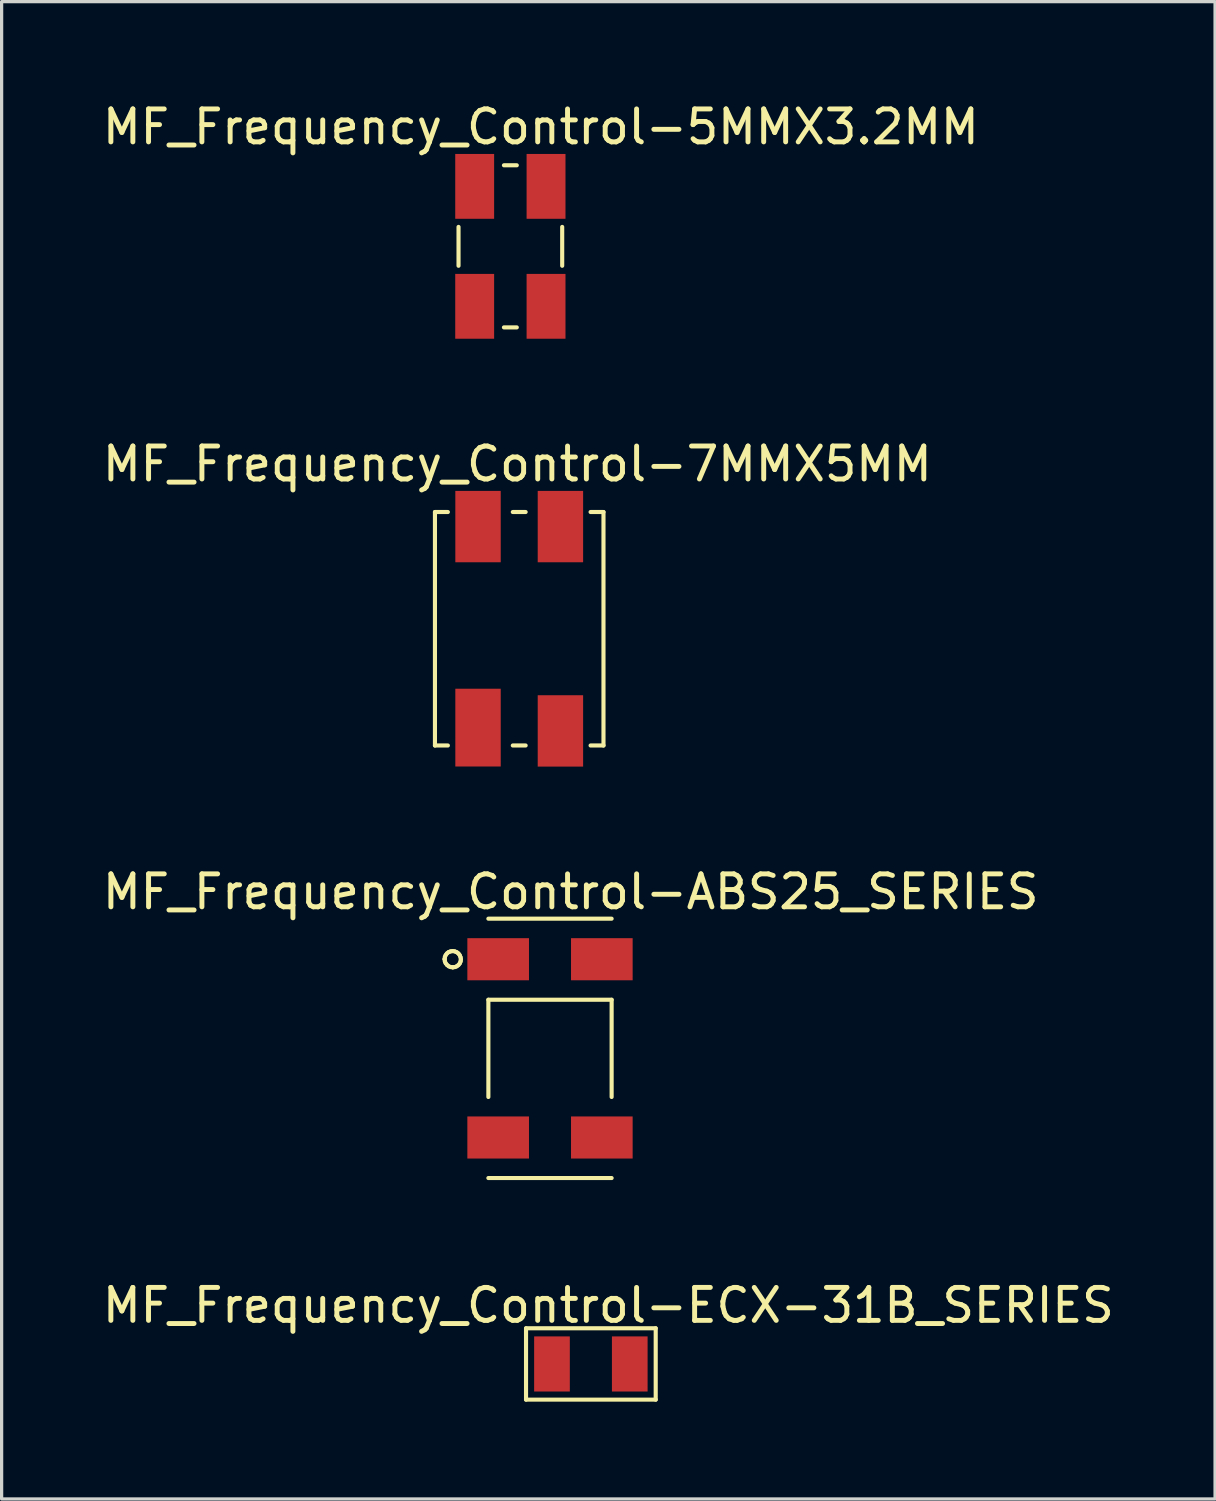
<source format=kicad_pcb>
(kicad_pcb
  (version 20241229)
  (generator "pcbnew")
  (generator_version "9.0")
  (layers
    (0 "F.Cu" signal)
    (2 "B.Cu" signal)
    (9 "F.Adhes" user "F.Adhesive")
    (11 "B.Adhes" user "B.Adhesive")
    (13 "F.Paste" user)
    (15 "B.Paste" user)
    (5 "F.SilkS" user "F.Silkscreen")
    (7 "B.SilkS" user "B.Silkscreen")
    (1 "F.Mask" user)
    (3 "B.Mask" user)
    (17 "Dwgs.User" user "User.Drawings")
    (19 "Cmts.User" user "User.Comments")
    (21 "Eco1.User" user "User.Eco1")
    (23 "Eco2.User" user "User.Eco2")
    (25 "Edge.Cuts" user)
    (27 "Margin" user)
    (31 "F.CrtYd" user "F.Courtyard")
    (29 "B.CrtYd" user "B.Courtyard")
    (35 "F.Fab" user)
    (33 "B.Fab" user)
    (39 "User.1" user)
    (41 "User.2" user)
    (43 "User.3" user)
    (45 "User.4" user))
  (footprint "MF_Frequency_Control-5MMX3.2MM"
    (layer "F.Cu")
    (at 12.685 4.545)
    (property "Reference" "MF_Frequency_Control-5MMX3.2MM" (at 0.94 -3.683 0) (layer "F.SilkS") (effects (font (size 1.016 1.016) (thickness 0.152))))
    (attr smd)
    (fp_line (start -1.598 -0.599) (end -1.598 0.599) (stroke (width 0.127) (type solid)) (layer "F.SilkS"))
    (fp_line (start 0.198 -2.499) (end -0.198 -2.499) (stroke (width 0.127) (type solid)) (layer "F.SilkS"))
    (fp_line (start 0.198 2.499) (end -0.198 2.499) (stroke (width 0.127) (type solid)) (layer "F.SilkS"))
    (fp_line (start 1.598 -0.599) (end 1.598 0.599) (stroke (width 0.127) (type solid)) (layer "F.SilkS"))
    (pad "P$1" smd rect (at -1.1 -1.849 270) (size 1.999 1.199) (layers "F.Cu" "F.Mask" "F.Paste"))
    (pad "P$2" smd rect (at -1.1 1.849 270) (size 1.999 1.199) (layers "F.Cu" "F.Mask" "F.Paste"))
    (pad "P$3" smd rect (at 1.1 1.849 270) (size 1.999 1.199) (layers "F.Cu" "F.Mask" "F.Paste"))
    (pad "P$4" smd rect (at 1.1 -1.849 270) (size 1.999 1.199) (layers "F.Cu" "F.Mask" "F.Paste")))
  (footprint "MF_Frequency_Control-ABS25_SERIES"
    (layer "F.Cu")
    (at 13.907 29.272)
    (property "Reference" "MF_Frequency_Control-ABS25_SERIES" (at 0.638 -4.826 0) (layer "F.SilkS") (effects (font (size 1.016 1.016) (thickness 0.152))))
    (attr smd)
    (fp_line (start -3.249 -2.753) (end -3.241 -2.817) (stroke (width 0.127) (type solid)) (layer "F.SilkS"))
    (fp_line (start -3.249 -2.748) (end -3.249 -2.753) (stroke (width 0.127) (type solid)) (layer "F.SilkS"))
    (fp_line (start -3.241 -2.817) (end -3.216 -2.875) (stroke (width 0.127) (type solid)) (layer "F.SilkS"))
    (fp_line (start -3.241 -2.685) (end -3.249 -2.748) (stroke (width 0.127) (type solid)) (layer "F.SilkS"))
    (fp_line (start -3.216 -2.875) (end -3.178 -2.926) (stroke (width 0.127) (type solid)) (layer "F.SilkS"))
    (fp_line (start -3.216 -2.624) (end -3.241 -2.685) (stroke (width 0.127) (type solid)) (layer "F.SilkS"))
    (fp_line (start -3.178 -2.926) (end -3.127 -2.967) (stroke (width 0.127) (type solid)) (layer "F.SilkS"))
    (fp_line (start -3.175 -2.573) (end -3.216 -2.624) (stroke (width 0.127) (type solid)) (layer "F.SilkS"))
    (fp_line (start -3.127 -2.967) (end -3.066 -2.99) (stroke (width 0.127) (type solid)) (layer "F.SilkS"))
    (fp_line (start -3.124 -2.532) (end -3.175 -2.573) (stroke (width 0.127) (type solid)) (layer "F.SilkS"))
    (fp_line (start -3.066 -2.99) (end -3.002 -3) (stroke (width 0.127) (type solid)) (layer "F.SilkS"))
    (fp_line (start -3.063 -2.507) (end -3.124 -2.532) (stroke (width 0.127) (type solid)) (layer "F.SilkS"))
    (fp_line (start -3.002 -3) (end -2.936 -2.99) (stroke (width 0.127) (type solid)) (layer "F.SilkS"))
    (fp_line (start -3 -2.499) (end -3.063 -2.507) (stroke (width 0.127) (type solid)) (layer "F.SilkS"))
    (fp_line (start -2.995 -2.499) (end -3 -2.499) (stroke (width 0.127) (type solid)) (layer "F.SilkS"))
    (fp_line (start -2.936 -2.99) (end -2.875 -2.964) (stroke (width 0.127) (type solid)) (layer "F.SilkS"))
    (fp_line (start -2.931 -2.507) (end -2.995 -2.499) (stroke (width 0.127) (type solid)) (layer "F.SilkS"))
    (fp_line (start -2.875 -2.964) (end -2.822 -2.924) (stroke (width 0.127) (type solid)) (layer "F.SilkS"))
    (fp_line (start -2.873 -2.532) (end -2.931 -2.507) (stroke (width 0.127) (type solid)) (layer "F.SilkS"))
    (fp_line (start -2.822 -2.924) (end -2.784 -2.873) (stroke (width 0.127) (type solid)) (layer "F.SilkS"))
    (fp_line (start -2.822 -2.57) (end -2.873 -2.532) (stroke (width 0.127) (type solid)) (layer "F.SilkS"))
    (fp_line (start -2.784 -2.873) (end -2.758 -2.809) (stroke (width 0.127) (type solid)) (layer "F.SilkS"))
    (fp_line (start -2.781 -2.621) (end -2.822 -2.57) (stroke (width 0.127) (type solid)) (layer "F.SilkS"))
    (fp_line (start -2.758 -2.809) (end -2.748 -2.746) (stroke (width 0.127) (type solid)) (layer "F.SilkS"))
    (fp_line (start -2.756 -2.682) (end -2.781 -2.621) (stroke (width 0.127) (type solid)) (layer "F.SilkS"))
    (fp_line (start -2.748 -2.746) (end -2.756 -2.682) (stroke (width 0.127) (type solid)) (layer "F.SilkS"))
    (fp_line (start -1.9 1.499) (end -1.9 -1.499) (stroke (width 0.127) (type solid)) (layer "F.SilkS"))
    (fp_line (start 1.9 -3.998) (end -1.9 -3.998) (stroke (width 0.127) (type solid)) (layer "F.SilkS"))
    (fp_line (start 1.9 -1.499) (end -1.9 -1.499) (stroke (width 0.127) (type solid)) (layer "F.SilkS"))
    (fp_line (start 1.9 -1.499) (end 1.9 1.499) (stroke (width 0.127) (type solid)) (layer "F.SilkS"))
    (fp_line (start 1.9 3.998) (end -1.9 3.998) (stroke (width 0.127) (type solid)) (layer "F.SilkS"))
    (pad "1" smd rect (at -1.598 -2.748 270) (size 1.298 1.9) (layers "F.Cu" "F.Mask" "F.Paste"))
    (pad "2" smd rect (at -1.598 2.748 270) (size 1.298 1.9) (layers "F.Cu" "F.Mask" "F.Paste"))
    (pad "3" smd rect (at 1.598 2.748 270) (size 1.298 1.9) (layers "F.Cu" "F.Mask" "F.Paste"))
    (pad "4" smd rect (at 1.598 -2.748 270) (size 1.298 1.9) (layers "F.Cu" "F.Mask" "F.Paste")))
  (footprint "MF_Frequency_Control-ECX-31B_SERIES"
    (layer "F.Cu")
    (at 15.167 39.002)
    (property "Reference" "MF_Frequency_Control-ECX-31B_SERIES" (at 0.538 -1.806 0) (layer "F.SilkS") (effects (font (size 1.016 1.016) (thickness 0.152))))
    (attr smd)
    (fp_line (start -1.999 -1.1) (end 1.999 -1.1) (stroke (width 0.127) (type solid)) (layer "F.SilkS"))
    (fp_line (start -1.999 1.1) (end -1.999 -1.1) (stroke (width 0.127) (type solid)) (layer "F.SilkS"))
    (fp_line (start 1.999 -1.1) (end 1.999 1.1) (stroke (width 0.127) (type solid)) (layer "F.SilkS"))
    (fp_line (start 1.999 1.1) (end -1.999 1.1) (stroke (width 0.127) (type solid)) (layer "F.SilkS"))
    (pad "1" smd rect (at -1.199 0) (size 1.1 1.699) (layers "F.Cu" "F.Mask" "F.Paste"))
    (pad "2" smd rect (at 1.199 0) (size 1.1 1.699) (layers "F.Cu" "F.Mask" "F.Paste")))
  (footprint "MF_Frequency_Control-7MMX5MM"
    (layer "F.Cu")
    (at 12.958 16.335)
    (property "Reference" "MF_Frequency_Control-7MMX5MM" (at -0.058 -5.08 0) (layer "F.SilkS") (effects (font (size 1.016 1.016) (thickness 0.152))))
    (attr smd)
    (fp_line (start -2.598 -3.599) (end -2.598 3.599) (stroke (width 0.127) (type solid)) (layer "F.SilkS"))
    (fp_line (start -2.598 3.599) (end -2.2 3.599) (stroke (width 0.127) (type solid)) (layer "F.SilkS"))
    (fp_line (start -2.2 -3.599) (end -2.598 -3.599) (stroke (width 0.127) (type solid)) (layer "F.SilkS"))
    (fp_line (start 0.198 -3.599) (end -0.198 -3.599) (stroke (width 0.127) (type solid)) (layer "F.SilkS"))
    (fp_line (start 0.198 3.599) (end -0.198 3.599) (stroke (width 0.127) (type solid)) (layer "F.SilkS"))
    (fp_line (start 2.598 -3.599) (end 2.2 -3.599) (stroke (width 0.127) (type solid)) (layer "F.SilkS"))
    (fp_line (start 2.598 -3.599) (end 2.598 3.599) (stroke (width 0.127) (type solid)) (layer "F.SilkS"))
    (fp_line (start 2.598 3.599) (end 2.2 3.599) (stroke (width 0.127) (type solid)) (layer "F.SilkS"))
    (pad "1" smd rect (at -1.27 -3.15 270) (size 2.2 1.4) (layers "F.Cu" "F.Mask" "F.Paste"))
    (pad "2" smd rect (at 1.27 -3.15 270) (size 2.2 1.4) (layers "F.Cu" "F.Mask" "F.Paste"))
    (pad "3" smd rect (at 1.27 3.15 270) (size 2.2 1.4) (layers "F.Cu" "F.Mask" "F.Paste"))
    (pad "4" smd rect (at -1.27 3.048 270) (size 2.398 1.4) (layers "F.Cu" "F.Mask" "F.Paste")))
  (gr_rect
    (start -3 -3)
    (end 34.411 43.165)
    (stroke (width 0.1) (type default))
    (fill no)
    (layer "Edge.Cuts")))
</source>
